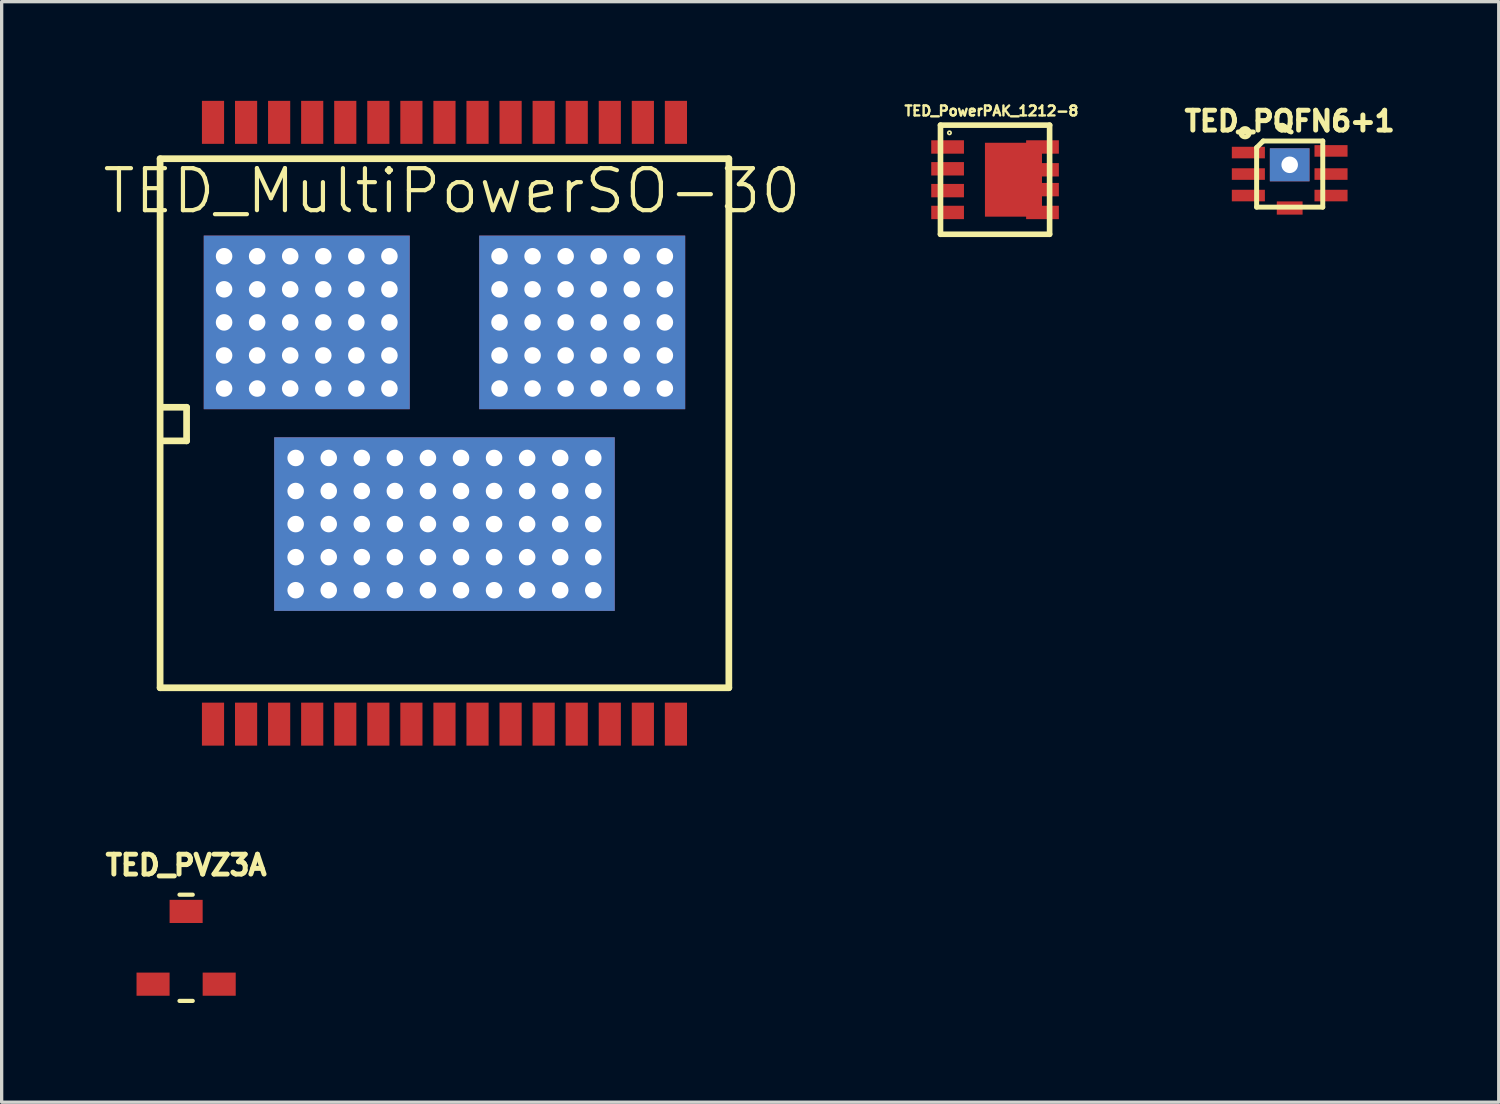
<source format=kicad_pcb>
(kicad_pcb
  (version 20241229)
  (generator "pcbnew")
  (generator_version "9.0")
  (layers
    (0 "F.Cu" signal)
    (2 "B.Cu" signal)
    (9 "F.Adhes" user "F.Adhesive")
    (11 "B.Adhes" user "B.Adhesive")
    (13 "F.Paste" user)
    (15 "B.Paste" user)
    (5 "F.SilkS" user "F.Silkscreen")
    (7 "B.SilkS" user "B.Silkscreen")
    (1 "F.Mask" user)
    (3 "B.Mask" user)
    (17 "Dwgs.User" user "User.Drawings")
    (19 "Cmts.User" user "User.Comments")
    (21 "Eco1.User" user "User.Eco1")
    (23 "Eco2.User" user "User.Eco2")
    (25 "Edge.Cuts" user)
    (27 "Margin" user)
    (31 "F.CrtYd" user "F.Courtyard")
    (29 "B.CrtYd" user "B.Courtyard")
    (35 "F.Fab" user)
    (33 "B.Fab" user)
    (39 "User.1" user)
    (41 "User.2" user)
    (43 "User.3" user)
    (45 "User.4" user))
  (footprint "TED_MultiPowerSO-30"
    (layer "F.Cu")
    (at 10.392 9.75)
    (property "Reference" "TED_MultiPowerSO-30" (at 0.225 -7.025 0) (layer "F.SilkS") (effects (font (size 1.27 1.27) (thickness 0.127))))
    (attr smd)
    (fp_line (start -8.6 -8) (end 8.6 -8) (stroke (width 0.203) (type solid)) (layer "F.SilkS"))
    (fp_line (start -8.6 8) (end -8.6 -8) (stroke (width 0.203) (type solid)) (layer "F.SilkS"))
    (fp_line (start -8.561 -0.483) (end -7.799 -0.483) (stroke (width 0.203) (type solid)) (layer "F.SilkS"))
    (fp_line (start -7.799 -0.483) (end -7.799 0.533) (stroke (width 0.203) (type solid)) (layer "F.SilkS"))
    (fp_line (start -7.799 0.533) (end -8.561 0.533) (stroke (width 0.203) (type solid)) (layer "F.SilkS"))
    (fp_line (start 8.6 -8) (end 8.6 8) (stroke (width 0.203) (type solid)) (layer "F.SilkS"))
    (fp_line (start 8.6 8) (end -8.6 8) (stroke (width 0.203) (type solid)) (layer "F.SilkS"))
    (pad "1" smd rect (at -7 9.1) (size 0.67 1.3) (layers "F.Cu" "F.Mask" "F.Paste"))
    (pad "2" smd rect (at -6 9.1) (size 0.67 1.3) (layers "F.Cu" "F.Mask" "F.Paste"))
    (pad "3" smd rect (at -5 9.1) (size 0.67 1.3) (layers "F.Cu" "F.Mask" "F.Paste"))
    (pad "4" smd rect (at -4 9.1) (size 0.67 1.3) (layers "F.Cu" "F.Mask" "F.Paste"))
    (pad "5" smd rect (at -3 9.1) (size 0.67 1.3) (layers "F.Cu" "F.Mask" "F.Paste"))
    (pad "6" smd rect (at -2 9.1) (size 0.67 1.3) (layers "F.Cu" "F.Mask" "F.Paste"))
    (pad "7" smd rect (at -1 9.1) (size 0.67 1.3) (layers "F.Cu" "F.Mask" "F.Paste"))
    (pad "8" smd rect (at 0 9.1) (size 0.67 1.3) (layers "F.Cu" "F.Mask" "F.Paste"))
    (pad "9" smd rect (at 1 9.1) (size 0.67 1.3) (layers "F.Cu" "F.Mask" "F.Paste"))
    (pad "10" smd rect (at 2 9.1) (size 0.67 1.3) (layers "F.Cu" "F.Mask" "F.Paste"))
    (pad "11" smd rect (at 3 9.1) (size 0.67 1.3) (layers "F.Cu" "F.Mask" "F.Paste"))
    (pad "12" smd rect (at 4 9.1) (size 0.67 1.3) (layers "F.Cu" "F.Mask" "F.Paste"))
    (pad "13" smd rect (at 5 9.1) (size 0.67 1.3) (layers "F.Cu" "F.Mask" "F.Paste"))
    (pad "14" smd rect (at 6 9.1) (size 0.67 1.3) (layers "F.Cu" "F.Mask" "F.Paste"))
    (pad "15" smd rect (at 7 9.1) (size 0.67 1.3) (layers "F.Cu" "F.Mask" "F.Paste"))
    (pad "16" smd rect (at 7 -9.1) (size 0.67 1.3) (layers "F.Cu" "F.Mask" "F.Paste"))
    (pad "17" smd rect (at 6 -9.1) (size 0.67 1.3) (layers "F.Cu" "F.Mask" "F.Paste"))
    (pad "18" smd rect (at 5 -9.1) (size 0.67 1.3) (layers "F.Cu" "F.Mask" "F.Paste"))
    (pad "19" smd rect (at 4 -9.1) (size 0.67 1.3) (layers "F.Cu" "F.Mask" "F.Paste"))
    (pad "20" smd rect (at 3 -9.1) (size 0.67 1.3) (layers "F.Cu" "F.Mask" "F.Paste"))
    (pad "21" smd rect (at 2 -9.1) (size 0.67 1.3) (layers "F.Cu" "F.Mask" "F.Paste"))
    (pad "22" smd rect (at 1 -9.1) (size 0.67 1.3) (layers "F.Cu" "F.Mask" "F.Paste"))
    (pad "23" smd rect (at 0 -9.1) (size 0.67 1.3) (layers "F.Cu" "F.Mask" "F.Paste"))
    (pad "24" smd rect (at -1 -9.1) (size 0.67 1.3) (layers "F.Cu" "F.Mask" "F.Paste"))
    (pad "25" smd rect (at -2 -9.1) (size 0.67 1.3) (layers "F.Cu" "F.Mask" "F.Paste"))
    (pad "26" smd rect (at -3 -9.1) (size 0.67 1.3) (layers "F.Cu" "F.Mask" "F.Paste"))
    (pad "27" smd rect (at -4 -9.1) (size 0.67 1.3) (layers "F.Cu" "F.Mask" "F.Paste"))
    (pad "28" smd rect (at -5 -9.1) (size 0.67 1.3) (layers "F.Cu" "F.Mask" "F.Paste"))
    (pad "29" smd rect (at -6 -9.1) (size 0.67 1.3) (layers "F.Cu" "F.Mask" "F.Paste"))
    (pad "30" smd rect (at -7 -9.1) (size 0.67 1.3) (layers "F.Cu" "F.Mask" "F.Paste"))
    (pad "31" thru_hole circle (at -4.5 1.05) (size 0.5 0.5) (drill 0.5) (layers "*.Cu"))
    (pad "31" thru_hole circle (at -4.5 2.05) (size 0.5 0.5) (drill 0.5) (layers "*.Cu"))
    (pad "31" thru_hole circle (at -4.5 3.05) (size 0.5 0.5) (drill 0.5) (layers "*.Cu"))
    (pad "31" thru_hole circle (at -4.5 4.05) (size 0.5 0.5) (drill 0.5) (layers "*.Cu"))
    (pad "31" thru_hole circle (at -4.5 5.05) (size 0.5 0.5) (drill 0.5) (layers "*.Cu"))
    (pad "31" thru_hole circle (at -3.5 1.05) (size 0.5 0.5) (drill 0.5) (layers "*.Cu"))
    (pad "31" thru_hole circle (at -3.5 2.05) (size 0.5 0.5) (drill 0.5) (layers "*.Cu"))
    (pad "31" thru_hole circle (at -3.5 3.05) (size 0.5 0.5) (drill 0.5) (layers "*.Cu"))
    (pad "31" thru_hole circle (at -3.5 4.05) (size 0.5 0.5) (drill 0.5) (layers "*.Cu"))
    (pad "31" thru_hole circle (at -3.5 5.05) (size 0.5 0.5) (drill 0.5) (layers "*.Cu"))
    (pad "31" thru_hole circle (at -2.5 1.05) (size 0.5 0.5) (drill 0.5) (layers "*.Cu"))
    (pad "31" thru_hole circle (at -2.5 2.05) (size 0.5 0.5) (drill 0.5) (layers "*.Cu"))
    (pad "31" thru_hole circle (at -2.5 3.05) (size 0.5 0.5) (drill 0.5) (layers "*.Cu"))
    (pad "31" thru_hole circle (at -2.5 4.05) (size 0.5 0.5) (drill 0.5) (layers "*.Cu"))
    (pad "31" thru_hole circle (at -2.5 5.05) (size 0.5 0.5) (drill 0.5) (layers "*.Cu"))
    (pad "31" thru_hole circle (at -1.5 1.05) (size 0.5 0.5) (drill 0.5) (layers "*.Cu"))
    (pad "31" thru_hole circle (at -1.5 2.05) (size 0.5 0.5) (drill 0.5) (layers "*.Cu"))
    (pad "31" thru_hole circle (at -1.5 3.05) (size 0.5 0.5) (drill 0.5) (layers "*.Cu"))
    (pad "31" thru_hole circle (at -1.5 4.05) (size 0.5 0.5) (drill 0.5) (layers "*.Cu"))
    (pad "31" thru_hole circle (at -1.5 5.05) (size 0.5 0.5) (drill 0.5) (layers "*.Cu"))
    (pad "31" thru_hole circle (at -0.5 1.05) (size 0.5 0.5) (drill 0.5) (layers "*.Cu"))
    (pad "31" thru_hole circle (at -0.5 2.05) (size 0.5 0.5) (drill 0.5) (layers "*.Cu"))
    (pad "31" thru_hole circle (at -0.5 3.05) (size 0.5 0.5) (drill 0.5) (layers "*.Cu"))
    (pad "31" thru_hole circle (at -0.5 4.05) (size 0.5 0.5) (drill 0.5) (layers "*.Cu"))
    (pad "31" thru_hole circle (at -0.5 5.05) (size 0.5 0.5) (drill 0.5) (layers "*.Cu"))
    (pad "31" smd rect (at 0 3.05) (size 10.3 5.25) (layers "F.Cu" "F.Mask" "F.Paste"))
    (pad "31" smd rect (at 0 3.05) (size 10.3 5.25) (layers "F.Mask" "B.Cu" "F.Paste"))
    (pad "31" thru_hole circle (at 0.5 1.05) (size 0.5 0.5) (drill 0.5) (layers "*.Cu"))
    (pad "31" thru_hole circle (at 0.5 2.05) (size 0.5 0.5) (drill 0.5) (layers "*.Cu"))
    (pad "31" thru_hole circle (at 0.5 3.05) (size 0.5 0.5) (drill 0.5) (layers "*.Cu"))
    (pad "31" thru_hole circle (at 0.5 4.05) (size 0.5 0.5) (drill 0.5) (layers "*.Cu"))
    (pad "31" thru_hole circle (at 0.5 5.05) (size 0.5 0.5) (drill 0.5) (layers "*.Cu"))
    (pad "31" thru_hole circle (at 1.5 1.05) (size 0.5 0.5) (drill 0.5) (layers "*.Cu"))
    (pad "31" thru_hole circle (at 1.5 2.05) (size 0.5 0.5) (drill 0.5) (layers "*.Cu"))
    (pad "31" thru_hole circle (at 1.5 3.05) (size 0.5 0.5) (drill 0.5) (layers "*.Cu"))
    (pad "31" thru_hole circle (at 1.5 4.05) (size 0.5 0.5) (drill 0.5) (layers "*.Cu"))
    (pad "31" thru_hole circle (at 1.5 5.05) (size 0.5 0.5) (drill 0.5) (layers "*.Cu"))
    (pad "31" thru_hole circle (at 2.5 1.05) (size 0.5 0.5) (drill 0.5) (layers "*.Cu"))
    (pad "31" thru_hole circle (at 2.5 2.05) (size 0.5 0.5) (drill 0.5) (layers "*.Cu"))
    (pad "31" thru_hole circle (at 2.5 3.05) (size 0.5 0.5) (drill 0.5) (layers "*.Cu"))
    (pad "31" thru_hole circle (at 2.5 4.05) (size 0.5 0.5) (drill 0.5) (layers "*.Cu"))
    (pad "31" thru_hole circle (at 2.5 5.05) (size 0.5 0.5) (drill 0.5) (layers "*.Cu"))
    (pad "31" thru_hole circle (at 3.5 1.05) (size 0.5 0.5) (drill 0.5) (layers "*.Cu"))
    (pad "31" thru_hole circle (at 3.5 2.05) (size 0.5 0.5) (drill 0.5) (layers "*.Cu"))
    (pad "31" thru_hole circle (at 3.5 3.05) (size 0.5 0.5) (drill 0.5) (layers "*.Cu"))
    (pad "31" thru_hole circle (at 3.5 4.05) (size 0.5 0.5) (drill 0.5) (layers "*.Cu"))
    (pad "31" thru_hole circle (at 3.5 5.05) (size 0.5 0.5) (drill 0.5) (layers "*.Cu"))
    (pad "31" thru_hole circle (at 4.5 1.05) (size 0.5 0.5) (drill 0.5) (layers "*.Cu"))
    (pad "31" thru_hole circle (at 4.5 2.05) (size 0.5 0.5) (drill 0.5) (layers "*.Cu"))
    (pad "31" thru_hole circle (at 4.5 3.05) (size 0.5 0.5) (drill 0.5) (layers "*.Cu"))
    (pad "31" thru_hole circle (at 4.5 4.05) (size 0.5 0.5) (drill 0.5) (layers "*.Cu"))
    (pad "31" thru_hole circle (at 4.5 5.05) (size 0.5 0.5) (drill 0.5) (layers "*.Cu"))
    (pad "32" thru_hole circle (at 1.665 -5.05) (size 0.5 0.5) (drill 0.5) (layers "*.Cu"))
    (pad "32" thru_hole circle (at 1.665 -4.05) (size 0.5 0.5) (drill 0.5) (layers "*.Cu"))
    (pad "32" thru_hole circle (at 1.665 -3.05) (size 0.5 0.5) (drill 0.5) (layers "*.Cu"))
    (pad "32" thru_hole circle (at 1.665 -2.05) (size 0.5 0.5) (drill 0.5) (layers "*.Cu"))
    (pad "32" thru_hole circle (at 1.665 -1.05) (size 0.5 0.5) (drill 0.5) (layers "*.Cu"))
    (pad "32" thru_hole circle (at 2.665 -5.05) (size 0.5 0.5) (drill 0.5) (layers "*.Cu"))
    (pad "32" thru_hole circle (at 2.665 -4.05) (size 0.5 0.5) (drill 0.5) (layers "*.Cu"))
    (pad "32" thru_hole circle (at 2.665 -3.05) (size 0.5 0.5) (drill 0.5) (layers "*.Cu"))
    (pad "32" thru_hole circle (at 2.665 -2.05) (size 0.5 0.5) (drill 0.5) (layers "*.Cu"))
    (pad "32" thru_hole circle (at 2.665 -1.05) (size 0.5 0.5) (drill 0.5) (layers "*.Cu"))
    (pad "32" thru_hole circle (at 3.665 -5.05) (size 0.5 0.5) (drill 0.5) (layers "*.Cu"))
    (pad "32" thru_hole circle (at 3.665 -4.05) (size 0.5 0.5) (drill 0.5) (layers "*.Cu"))
    (pad "32" thru_hole circle (at 3.665 -3.05) (size 0.5 0.5) (drill 0.5) (layers "*.Cu"))
    (pad "32" thru_hole circle (at 3.665 -2.05) (size 0.5 0.5) (drill 0.5) (layers "*.Cu"))
    (pad "32" thru_hole circle (at 3.665 -1.05) (size 0.5 0.5) (drill 0.5) (layers "*.Cu"))
    (pad "32" smd rect (at 4.165 -3.05) (size 6.23 5.25) (layers "F.Cu" "F.Mask" "F.Paste"))
    (pad "32" smd rect (at 4.165 -3.05) (size 6.23 5.25) (layers "F.Mask" "B.Cu" "F.Paste"))
    (pad "32" thru_hole circle (at 4.665 -5.05) (size 0.5 0.5) (drill 0.5) (layers "*.Cu"))
    (pad "32" thru_hole circle (at 4.665 -4.05) (size 0.5 0.5) (drill 0.5) (layers "*.Cu"))
    (pad "32" thru_hole circle (at 4.665 -3.05) (size 0.5 0.5) (drill 0.5) (layers "*.Cu"))
    (pad "32" thru_hole circle (at 4.665 -2.05) (size 0.5 0.5) (drill 0.5) (layers "*.Cu"))
    (pad "32" thru_hole circle (at 4.665 -1.05) (size 0.5 0.5) (drill 0.5) (layers "*.Cu"))
    (pad "32" thru_hole circle (at 5.665 -5.05) (size 0.5 0.5) (drill 0.5) (layers "*.Cu"))
    (pad "32" thru_hole circle (at 5.665 -4.05) (size 0.5 0.5) (drill 0.5) (layers "*.Cu"))
    (pad "32" thru_hole circle (at 5.665 -3.05) (size 0.5 0.5) (drill 0.5) (layers "*.Cu"))
    (pad "32" thru_hole circle (at 5.665 -2.05) (size 0.5 0.5) (drill 0.5) (layers "*.Cu"))
    (pad "32" thru_hole circle (at 5.665 -1.05) (size 0.5 0.5) (drill 0.5) (layers "*.Cu"))
    (pad "32" thru_hole circle (at 6.665 -5.05) (size 0.5 0.5) (drill 0.5) (layers "*.Cu"))
    (pad "32" thru_hole circle (at 6.665 -4.05) (size 0.5 0.5) (drill 0.5) (layers "*.Cu"))
    (pad "32" thru_hole circle (at 6.665 -3.05) (size 0.5 0.5) (drill 0.5) (layers "*.Cu"))
    (pad "32" thru_hole circle (at 6.665 -2.05) (size 0.5 0.5) (drill 0.5) (layers "*.Cu"))
    (pad "32" thru_hole circle (at 6.665 -1.05) (size 0.5 0.5) (drill 0.5) (layers "*.Cu"))
    (pad "33" thru_hole circle (at -6.665 -5.05) (size 0.5 0.5) (drill 0.5) (layers "*.Cu"))
    (pad "33" thru_hole circle (at -6.665 -4.05) (size 0.5 0.5) (drill 0.5) (layers "*.Cu"))
    (pad "33" thru_hole circle (at -6.665 -3.05) (size 0.5 0.5) (drill 0.5) (layers "*.Cu"))
    (pad "33" thru_hole circle (at -6.665 -2.05) (size 0.5 0.5) (drill 0.5) (layers "*.Cu"))
    (pad "33" thru_hole circle (at -6.665 -1.05) (size 0.5 0.5) (drill 0.5) (layers "*.Cu"))
    (pad "33" thru_hole circle (at -5.665 -5.05) (size 0.5 0.5) (drill 0.5) (layers "*.Cu"))
    (pad "33" thru_hole circle (at -5.665 -4.05) (size 0.5 0.5) (drill 0.5) (layers "*.Cu"))
    (pad "33" thru_hole circle (at -5.665 -3.05) (size 0.5 0.5) (drill 0.5) (layers "*.Cu"))
    (pad "33" thru_hole circle (at -5.665 -2.05) (size 0.5 0.5) (drill 0.5) (layers "*.Cu"))
    (pad "33" thru_hole circle (at -5.665 -1.05) (size 0.5 0.5) (drill 0.5) (layers "*.Cu"))
    (pad "33" thru_hole circle (at -4.665 -5.05) (size 0.5 0.5) (drill 0.5) (layers "*.Cu"))
    (pad "33" thru_hole circle (at -4.665 -4.05) (size 0.5 0.5) (drill 0.5) (layers "*.Cu"))
    (pad "33" thru_hole circle (at -4.665 -3.05) (size 0.5 0.5) (drill 0.5) (layers "*.Cu"))
    (pad "33" thru_hole circle (at -4.665 -2.05) (size 0.5 0.5) (drill 0.5) (layers "*.Cu"))
    (pad "33" thru_hole circle (at -4.665 -1.05) (size 0.5 0.5) (drill 0.5) (layers "*.Cu"))
    (pad "33" smd rect (at -4.165 -3.05) (size 6.23 5.25) (layers "F.Cu" "F.Mask" "F.Paste"))
    (pad "33" smd rect (at -4.165 -3.05) (size 6.23 5.25) (layers "F.Mask" "B.Cu" "F.Paste"))
    (pad "33" thru_hole circle (at -3.665 -5.05) (size 0.5 0.5) (drill 0.5) (layers "*.Cu"))
    (pad "33" thru_hole circle (at -3.665 -4.05) (size 0.5 0.5) (drill 0.5) (layers "*.Cu"))
    (pad "33" thru_hole circle (at -3.665 -3.05) (size 0.5 0.5) (drill 0.5) (layers "*.Cu"))
    (pad "33" thru_hole circle (at -3.665 -2.05) (size 0.5 0.5) (drill 0.5) (layers "*.Cu"))
    (pad "33" thru_hole circle (at -3.665 -1.05) (size 0.5 0.5) (drill 0.5) (layers "*.Cu"))
    (pad "33" thru_hole circle (at -2.665 -5.05) (size 0.5 0.5) (drill 0.5) (layers "*.Cu"))
    (pad "33" thru_hole circle (at -2.665 -4.05) (size 0.5 0.5) (drill 0.5) (layers "*.Cu"))
    (pad "33" thru_hole circle (at -2.665 -3.05) (size 0.5 0.5) (drill 0.5) (layers "*.Cu"))
    (pad "33" thru_hole circle (at -2.665 -2.05) (size 0.5 0.5) (drill 0.5) (layers "*.Cu"))
    (pad "33" thru_hole circle (at -2.665 -1.05) (size 0.5 0.5) (drill 0.5) (layers "*.Cu"))
    (pad "33" thru_hole circle (at -1.665 -5.05) (size 0.5 0.5) (drill 0.5) (layers "*.Cu"))
    (pad "33" thru_hole circle (at -1.665 -4.05) (size 0.5 0.5) (drill 0.5) (layers "*.Cu"))
    (pad "33" thru_hole circle (at -1.665 -3.05) (size 0.5 0.5) (drill 0.5) (layers "*.Cu"))
    (pad "33" thru_hole circle (at -1.665 -2.05) (size 0.5 0.5) (drill 0.5) (layers "*.Cu"))
    (pad "33" thru_hole circle (at -1.665 -1.05) (size 0.5 0.5) (drill 0.5) (layers "*.Cu")))
  (footprint "TED_PVZ3A"
    (layer "F.Cu")
    (at 2.579 25.614)
    (property "Reference" "TED_PVZ3A" (at 0 -2.5 0) (layer "F.SilkS") (effects (font (size 0.6 0.6) (thickness 0.15))))
    (attr through_hole)
    (fp_line (start -0.2 -1.606) (end 0.2 -1.606) (stroke (width 0.127) (type solid)) (layer "F.SilkS"))
    (fp_line (start 0.2 1.606) (end -0.2 1.606) (stroke (width 0.127) (type solid)) (layer "F.SilkS"))
    (pad "1" smd rect (at -1 1.1) (size 1 0.7) (layers "F.Cu" "F.Mask" "F.Paste"))
    (pad "2" smd rect (at 0 -1.1) (size 1 0.7) (layers "F.Cu" "F.Mask" "F.Paste"))
    (pad "3" smd rect (at 1 1.1) (size 1 0.7) (layers "F.Cu" "F.Mask" "F.Paste")))
  (footprint "TED_PQFN6+1"
    (layer "F.Cu")
    (at 35.954 2.214)
    (property "Reference" "TED_PQFN6+1" (at 0 -1.6 0) (layer "F.SilkS") (effects (font (size 0.6 0.6) (thickness 0.15))))
    (attr through_hole)
    (fp_line (start -1 -0.8) (end -1 1) (stroke (width 0.15) (type solid)) (layer "F.SilkS"))
    (fp_line (start -0.8 -1) (end -1 -0.8) (stroke (width 0.15) (type solid)) (layer "F.SilkS"))
    (fp_line (start -0.8 -1) (end 1 -1) (stroke (width 0.15) (type solid)) (layer "F.SilkS"))
    (fp_line (start 1 -1) (end 1 1) (stroke (width 0.15) (type solid)) (layer "F.SilkS"))
    (fp_line (start 1 1) (end -1 1) (stroke (width 0.15) (type solid)) (layer "F.SilkS"))
    (fp_circle (center -1.35 -1.25) (end -1.3 -1.25) (stroke (width 0.15) (type solid)) (fill no) (layer "F.SilkS"))
    (pad "1" smd rect (at -1.25 0.65) (size 1 0.35) (layers "F.Cu" "F.Mask" "F.Paste"))
    (pad "2" smd rect (at 0 1.027) (size 0.78 0.4) (layers "F.Cu" "F.Mask" "F.Paste"))
    (pad "2" smd rect (at 1.25 0.65) (size 1 0.35) (layers "F.Cu" "F.Mask" "F.Paste"))
    (pad "3" smd rect (at -1.25 -0.65) (size 1 0.35) (layers "F.Cu" "F.Mask" "F.Paste"))
    (pad "3" smd rect (at -1.25 0) (size 1 0.35) (layers "F.Cu" "F.Mask" "F.Paste"))
    (pad "3" thru_hole circle (at 0 -0.28 270) (size 0.5 0.5) (drill 0.5) (layers "*.Cu"))
    (pad "3" smd rect (at 0 -0.28) (size 1.2 1) (layers "F.Cu" "F.Mask" "F.Paste"))
    (pad "3" smd rect (at 0 -0.28) (size 1.2 1) (layers "B.Cu" "B.Mask" "B.Paste"))
    (pad "3" smd rect (at 1.25 -0.7) (size 1 0.35) (layers "F.Cu" "F.Mask" "F.Paste"))
    (pad "3" smd rect (at 1.25 0) (size 1 0.35) (layers "F.Cu" "F.Mask" "F.Paste")))
  (footprint "TED_PowerPAK_1212-8"
    (layer "F.Cu")
    (at 27.043 2.385)
    (property "Reference" "TED_PowerPAK_1212-8" (at -0.11 -2.08 0) (layer "F.SilkS") (effects (font (size 0.3 0.3) (thickness 0.074))))
    (attr through_hole)
    (fp_line (start -1.65 -1.65) (end 1.65 -1.65) (stroke (width 0.17) (type solid)) (layer "F.SilkS"))
    (fp_line (start -1.65 1.65) (end -1.65 -1.65) (stroke (width 0.17) (type solid)) (layer "F.SilkS"))
    (fp_line (start 1.65 -1.65) (end 1.65 1.65) (stroke (width 0.17) (type solid)) (layer "F.SilkS"))
    (fp_line (start 1.65 1.65) (end -1.65 1.65) (stroke (width 0.17) (type solid)) (layer "F.SilkS"))
    (fp_circle (center -1.379 -1.418) (end -1.328 -1.418) (stroke (width 0.051) (type solid)) (fill no) (layer "F.SilkS"))
    (pad "1" smd rect (at -1.435 0.99) (size 0.99 0.405) (layers "F.Cu" "F.Mask" "F.Paste"))
    (pad "2" smd rect (at -1.435 -0.99) (size 0.99 0.405) (layers "F.Cu" "F.Mask" "F.Paste"))
    (pad "2" smd rect (at -1.435 -0.33) (size 0.99 0.405) (layers "F.Cu" "F.Mask" "F.Paste"))
    (pad "2" smd rect (at -1.435 0.33) (size 0.99 0.405) (layers "F.Cu" "F.Mask" "F.Paste"))
    (pad "3" smd rect (at 0.557 0) (size 1.725 2.235) (layers "F.Cu" "F.Mask" "F.Paste"))
    (pad "3" smd rect (at 1.435 -0.99) (size 0.99 0.405) (layers "F.Cu" "F.Mask" "F.Paste"))
    (pad "3" smd rect (at 1.435 -0.3) (size 0.99 0.405) (layers "F.Cu" "F.Mask" "F.Paste"))
    (pad "3" smd rect (at 1.435 0.3) (size 0.99 0.405) (layers "F.Cu" "F.Mask" "F.Paste"))
    (pad "3" smd rect (at 1.435 0.99) (size 0.99 0.405) (layers "F.Cu" "F.Mask" "F.Paste")))
  (gr_rect
    (start -3 -3)
    (end 42.276 30.284)
    (stroke (width 0.1) (type default))
    (fill no)
    (layer "Edge.Cuts")))
</source>
